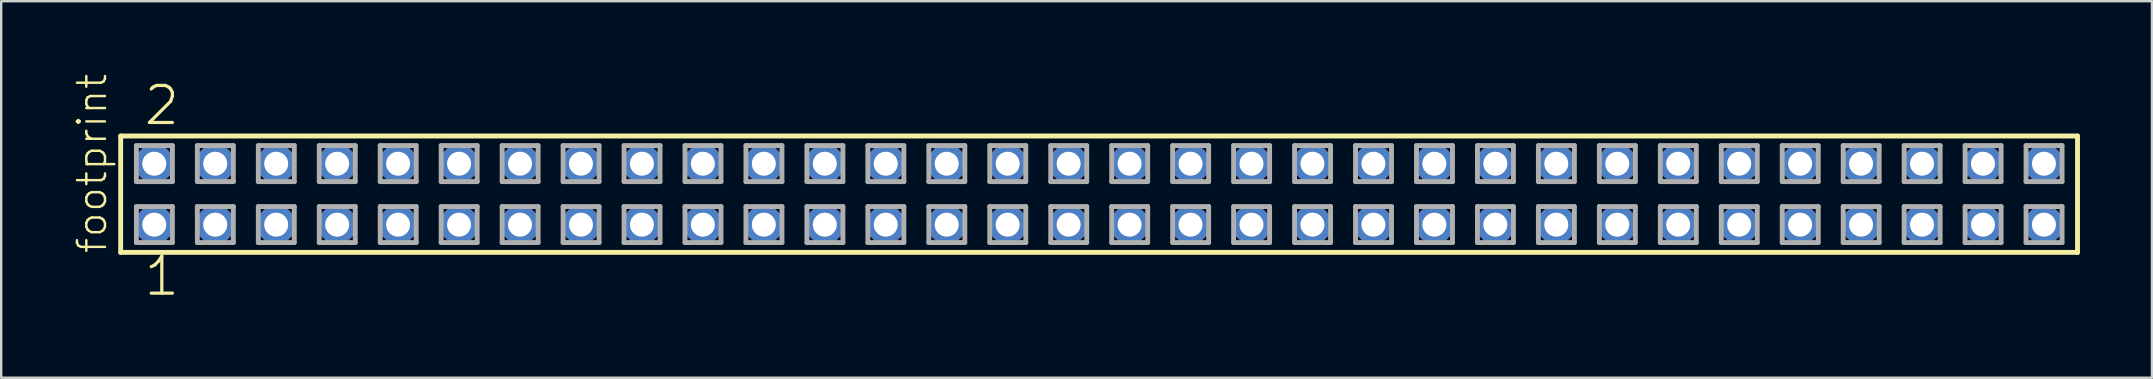
<source format=kicad_pcb>
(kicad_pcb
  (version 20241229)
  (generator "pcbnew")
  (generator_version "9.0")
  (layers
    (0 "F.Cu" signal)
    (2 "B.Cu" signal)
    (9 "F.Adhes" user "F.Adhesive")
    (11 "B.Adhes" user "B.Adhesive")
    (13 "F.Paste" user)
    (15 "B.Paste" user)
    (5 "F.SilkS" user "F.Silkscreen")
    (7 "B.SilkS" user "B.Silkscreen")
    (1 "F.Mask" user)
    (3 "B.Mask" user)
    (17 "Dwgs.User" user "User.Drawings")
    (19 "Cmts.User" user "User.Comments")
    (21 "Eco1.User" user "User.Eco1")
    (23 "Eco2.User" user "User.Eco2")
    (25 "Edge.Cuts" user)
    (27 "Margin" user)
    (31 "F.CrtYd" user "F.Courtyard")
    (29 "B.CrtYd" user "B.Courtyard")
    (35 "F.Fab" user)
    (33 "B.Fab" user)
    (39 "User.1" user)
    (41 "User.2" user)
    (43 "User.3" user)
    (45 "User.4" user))
  (footprint "footprint"
    (layer "F.Cu")
    (at 42.748 5.042)
    (property "Reference" "footprint" (at -41.275 2.54 90) (layer "F.SilkS") (effects (font (size 1.168 1.168) (thickness 0.102)) (justify left bottom)))
    (fp_line (start -40.769 -2.425) (end 40.769 -2.425) (stroke (width 0.203) (type solid)) (layer "F.SilkS"))
    (fp_line (start -40.769 2.425) (end -40.769 -2.425) (stroke (width 0.203) (type solid)) (layer "F.SilkS"))
    (fp_line (start 40.769 -2.425) (end 40.769 2.425) (stroke (width 0.203) (type solid)) (layer "F.SilkS"))
    (fp_line (start 40.769 2.425) (end -40.769 2.425) (stroke (width 0.203) (type solid)) (layer "F.SilkS"))
    (fp_line (start -40.115 -2.025) (end -38.615 -2.025) (stroke (width 0.203) (type solid)) (layer "F.Fab"))
    (fp_line (start -40.115 -0.525) (end -40.115 -2.025) (stroke (width 0.203) (type solid)) (layer "F.Fab"))
    (fp_line (start -40.115 0.515) (end -38.615 0.515) (stroke (width 0.203) (type solid)) (layer "F.Fab"))
    (fp_line (start -40.115 2.015) (end -40.115 0.515) (stroke (width 0.203) (type solid)) (layer "F.Fab"))
    (fp_line (start -38.615 -2.025) (end -38.615 -0.525) (stroke (width 0.203) (type solid)) (layer "F.Fab"))
    (fp_line (start -38.615 -0.525) (end -40.115 -0.525) (stroke (width 0.203) (type solid)) (layer "F.Fab"))
    (fp_line (start -38.615 0.515) (end -38.615 2.015) (stroke (width 0.203) (type solid)) (layer "F.Fab"))
    (fp_line (start -38.615 2.015) (end -40.115 2.015) (stroke (width 0.203) (type solid)) (layer "F.Fab"))
    (fp_line (start -37.575 -2.025) (end -36.075 -2.025) (stroke (width 0.203) (type solid)) (layer "F.Fab"))
    (fp_line (start -37.575 -0.525) (end -37.575 -2.025) (stroke (width 0.203) (type solid)) (layer "F.Fab"))
    (fp_line (start -37.575 0.515) (end -36.075 0.515) (stroke (width 0.203) (type solid)) (layer "F.Fab"))
    (fp_line (start -37.575 2.015) (end -37.575 0.515) (stroke (width 0.203) (type solid)) (layer "F.Fab"))
    (fp_line (start -36.075 -2.025) (end -36.075 -0.525) (stroke (width 0.203) (type solid)) (layer "F.Fab"))
    (fp_line (start -36.075 -0.525) (end -37.575 -0.525) (stroke (width 0.203) (type solid)) (layer "F.Fab"))
    (fp_line (start -36.075 0.515) (end -36.075 2.015) (stroke (width 0.203) (type solid)) (layer "F.Fab"))
    (fp_line (start -36.075 2.015) (end -37.575 2.015) (stroke (width 0.203) (type solid)) (layer "F.Fab"))
    (fp_line (start -35.035 -2.025) (end -33.535 -2.025) (stroke (width 0.203) (type solid)) (layer "F.Fab"))
    (fp_line (start -35.035 -0.525) (end -35.035 -2.025) (stroke (width 0.203) (type solid)) (layer "F.Fab"))
    (fp_line (start -35.035 0.515) (end -33.535 0.515) (stroke (width 0.203) (type solid)) (layer "F.Fab"))
    (fp_line (start -35.035 2.015) (end -35.035 0.515) (stroke (width 0.203) (type solid)) (layer "F.Fab"))
    (fp_line (start -33.535 -2.025) (end -33.535 -0.525) (stroke (width 0.203) (type solid)) (layer "F.Fab"))
    (fp_line (start -33.535 -0.525) (end -35.035 -0.525) (stroke (width 0.203) (type solid)) (layer "F.Fab"))
    (fp_line (start -33.535 0.515) (end -33.535 2.015) (stroke (width 0.203) (type solid)) (layer "F.Fab"))
    (fp_line (start -33.535 2.015) (end -35.035 2.015) (stroke (width 0.203) (type solid)) (layer "F.Fab"))
    (fp_line (start -32.495 -2.025) (end -30.995 -2.025) (stroke (width 0.203) (type solid)) (layer "F.Fab"))
    (fp_line (start -32.495 -0.525) (end -32.495 -2.025) (stroke (width 0.203) (type solid)) (layer "F.Fab"))
    (fp_line (start -32.495 0.515) (end -30.995 0.515) (stroke (width 0.203) (type solid)) (layer "F.Fab"))
    (fp_line (start -32.495 2.015) (end -32.495 0.515) (stroke (width 0.203) (type solid)) (layer "F.Fab"))
    (fp_line (start -30.995 -2.025) (end -30.995 -0.525) (stroke (width 0.203) (type solid)) (layer "F.Fab"))
    (fp_line (start -30.995 -0.525) (end -32.495 -0.525) (stroke (width 0.203) (type solid)) (layer "F.Fab"))
    (fp_line (start -30.995 0.515) (end -30.995 2.015) (stroke (width 0.203) (type solid)) (layer "F.Fab"))
    (fp_line (start -30.995 2.015) (end -32.495 2.015) (stroke (width 0.203) (type solid)) (layer "F.Fab"))
    (fp_line (start -29.955 -2.025) (end -28.455 -2.025) (stroke (width 0.203) (type solid)) (layer "F.Fab"))
    (fp_line (start -29.955 -0.525) (end -29.955 -2.025) (stroke (width 0.203) (type solid)) (layer "F.Fab"))
    (fp_line (start -29.955 0.515) (end -28.455 0.515) (stroke (width 0.203) (type solid)) (layer "F.Fab"))
    (fp_line (start -29.955 2.015) (end -29.955 0.515) (stroke (width 0.203) (type solid)) (layer "F.Fab"))
    (fp_line (start -28.455 -2.025) (end -28.455 -0.525) (stroke (width 0.203) (type solid)) (layer "F.Fab"))
    (fp_line (start -28.455 -0.525) (end -29.955 -0.525) (stroke (width 0.203) (type solid)) (layer "F.Fab"))
    (fp_line (start -28.455 0.515) (end -28.455 2.015) (stroke (width 0.203) (type solid)) (layer "F.Fab"))
    (fp_line (start -28.455 2.015) (end -29.955 2.015) (stroke (width 0.203) (type solid)) (layer "F.Fab"))
    (fp_line (start -27.415 -2.025) (end -25.915 -2.025) (stroke (width 0.203) (type solid)) (layer "F.Fab"))
    (fp_line (start -27.415 -0.525) (end -27.415 -2.025) (stroke (width 0.203) (type solid)) (layer "F.Fab"))
    (fp_line (start -27.415 0.515) (end -25.915 0.515) (stroke (width 0.203) (type solid)) (layer "F.Fab"))
    (fp_line (start -27.415 2.015) (end -27.415 0.515) (stroke (width 0.203) (type solid)) (layer "F.Fab"))
    (fp_line (start -25.915 -2.025) (end -25.915 -0.525) (stroke (width 0.203) (type solid)) (layer "F.Fab"))
    (fp_line (start -25.915 -0.525) (end -27.415 -0.525) (stroke (width 0.203) (type solid)) (layer "F.Fab"))
    (fp_line (start -25.915 0.515) (end -25.915 2.015) (stroke (width 0.203) (type solid)) (layer "F.Fab"))
    (fp_line (start -25.915 2.015) (end -27.415 2.015) (stroke (width 0.203) (type solid)) (layer "F.Fab"))
    (fp_line (start -24.875 -2.025) (end -23.375 -2.025) (stroke (width 0.203) (type solid)) (layer "F.Fab"))
    (fp_line (start -24.875 -0.525) (end -24.875 -2.025) (stroke (width 0.203) (type solid)) (layer "F.Fab"))
    (fp_line (start -24.875 0.515) (end -23.375 0.515) (stroke (width 0.203) (type solid)) (layer "F.Fab"))
    (fp_line (start -24.875 2.015) (end -24.875 0.515) (stroke (width 0.203) (type solid)) (layer "F.Fab"))
    (fp_line (start -23.375 -2.025) (end -23.375 -0.525) (stroke (width 0.203) (type solid)) (layer "F.Fab"))
    (fp_line (start -23.375 -0.525) (end -24.875 -0.525) (stroke (width 0.203) (type solid)) (layer "F.Fab"))
    (fp_line (start -23.375 0.515) (end -23.375 2.015) (stroke (width 0.203) (type solid)) (layer "F.Fab"))
    (fp_line (start -23.375 2.015) (end -24.875 2.015) (stroke (width 0.203) (type solid)) (layer "F.Fab"))
    (fp_line (start -22.335 -2.025) (end -20.835 -2.025) (stroke (width 0.203) (type solid)) (layer "F.Fab"))
    (fp_line (start -22.335 -0.525) (end -22.335 -2.025) (stroke (width 0.203) (type solid)) (layer "F.Fab"))
    (fp_line (start -22.335 0.515) (end -20.835 0.515) (stroke (width 0.203) (type solid)) (layer "F.Fab"))
    (fp_line (start -22.335 2.015) (end -22.335 0.515) (stroke (width 0.203) (type solid)) (layer "F.Fab"))
    (fp_line (start -20.835 -2.025) (end -20.835 -0.525) (stroke (width 0.203) (type solid)) (layer "F.Fab"))
    (fp_line (start -20.835 -0.525) (end -22.335 -0.525) (stroke (width 0.203) (type solid)) (layer "F.Fab"))
    (fp_line (start -20.835 0.515) (end -20.835 2.015) (stroke (width 0.203) (type solid)) (layer "F.Fab"))
    (fp_line (start -20.835 2.015) (end -22.335 2.015) (stroke (width 0.203) (type solid)) (layer "F.Fab"))
    (fp_line (start -19.795 -2.025) (end -18.295 -2.025) (stroke (width 0.203) (type solid)) (layer "F.Fab"))
    (fp_line (start -19.795 -0.525) (end -19.795 -2.025) (stroke (width 0.203) (type solid)) (layer "F.Fab"))
    (fp_line (start -19.795 0.515) (end -18.295 0.515) (stroke (width 0.203) (type solid)) (layer "F.Fab"))
    (fp_line (start -19.795 2.015) (end -19.795 0.515) (stroke (width 0.203) (type solid)) (layer "F.Fab"))
    (fp_line (start -18.295 -2.025) (end -18.295 -0.525) (stroke (width 0.203) (type solid)) (layer "F.Fab"))
    (fp_line (start -18.295 -0.525) (end -19.795 -0.525) (stroke (width 0.203) (type solid)) (layer "F.Fab"))
    (fp_line (start -18.295 0.515) (end -18.295 2.015) (stroke (width 0.203) (type solid)) (layer "F.Fab"))
    (fp_line (start -18.295 2.015) (end -19.795 2.015) (stroke (width 0.203) (type solid)) (layer "F.Fab"))
    (fp_line (start -17.255 -2.025) (end -15.755 -2.025) (stroke (width 0.203) (type solid)) (layer "F.Fab"))
    (fp_line (start -17.255 -0.525) (end -17.255 -2.025) (stroke (width 0.203) (type solid)) (layer "F.Fab"))
    (fp_line (start -17.255 0.515) (end -15.755 0.515) (stroke (width 0.203) (type solid)) (layer "F.Fab"))
    (fp_line (start -17.255 2.015) (end -17.255 0.515) (stroke (width 0.203) (type solid)) (layer "F.Fab"))
    (fp_line (start -15.755 -2.025) (end -15.755 -0.525) (stroke (width 0.203) (type solid)) (layer "F.Fab"))
    (fp_line (start -15.755 -0.525) (end -17.255 -0.525) (stroke (width 0.203) (type solid)) (layer "F.Fab"))
    (fp_line (start -15.755 0.515) (end -15.755 2.015) (stroke (width 0.203) (type solid)) (layer "F.Fab"))
    (fp_line (start -15.755 2.015) (end -17.255 2.015) (stroke (width 0.203) (type solid)) (layer "F.Fab"))
    (fp_line (start -14.715 -2.025) (end -13.215 -2.025) (stroke (width 0.203) (type solid)) (layer "F.Fab"))
    (fp_line (start -14.715 -0.525) (end -14.715 -2.025) (stroke (width 0.203) (type solid)) (layer "F.Fab"))
    (fp_line (start -14.715 0.515) (end -13.215 0.515) (stroke (width 0.203) (type solid)) (layer "F.Fab"))
    (fp_line (start -14.715 2.015) (end -14.715 0.515) (stroke (width 0.203) (type solid)) (layer "F.Fab"))
    (fp_line (start -13.215 -2.025) (end -13.215 -0.525) (stroke (width 0.203) (type solid)) (layer "F.Fab"))
    (fp_line (start -13.215 -0.525) (end -14.715 -0.525) (stroke (width 0.203) (type solid)) (layer "F.Fab"))
    (fp_line (start -13.215 0.515) (end -13.215 2.015) (stroke (width 0.203) (type solid)) (layer "F.Fab"))
    (fp_line (start -13.215 2.015) (end -14.715 2.015) (stroke (width 0.203) (type solid)) (layer "F.Fab"))
    (fp_line (start -12.175 -2.025) (end -10.675 -2.025) (stroke (width 0.203) (type solid)) (layer "F.Fab"))
    (fp_line (start -12.175 -0.525) (end -12.175 -2.025) (stroke (width 0.203) (type solid)) (layer "F.Fab"))
    (fp_line (start -12.175 0.515) (end -10.675 0.515) (stroke (width 0.203) (type solid)) (layer "F.Fab"))
    (fp_line (start -12.175 2.015) (end -12.175 0.515) (stroke (width 0.203) (type solid)) (layer "F.Fab"))
    (fp_line (start -10.675 -2.025) (end -10.675 -0.525) (stroke (width 0.203) (type solid)) (layer "F.Fab"))
    (fp_line (start -10.675 -0.525) (end -12.175 -0.525) (stroke (width 0.203) (type solid)) (layer "F.Fab"))
    (fp_line (start -10.675 0.515) (end -10.675 2.015) (stroke (width 0.203) (type solid)) (layer "F.Fab"))
    (fp_line (start -10.675 2.015) (end -12.175 2.015) (stroke (width 0.203) (type solid)) (layer "F.Fab"))
    (fp_line (start -9.635 -2.025) (end -8.135 -2.025) (stroke (width 0.203) (type solid)) (layer "F.Fab"))
    (fp_line (start -9.635 -0.525) (end -9.635 -2.025) (stroke (width 0.203) (type solid)) (layer "F.Fab"))
    (fp_line (start -9.635 0.515) (end -8.135 0.515) (stroke (width 0.203) (type solid)) (layer "F.Fab"))
    (fp_line (start -9.635 2.015) (end -9.635 0.515) (stroke (width 0.203) (type solid)) (layer "F.Fab"))
    (fp_line (start -8.135 -2.025) (end -8.135 -0.525) (stroke (width 0.203) (type solid)) (layer "F.Fab"))
    (fp_line (start -8.135 -0.525) (end -9.635 -0.525) (stroke (width 0.203) (type solid)) (layer "F.Fab"))
    (fp_line (start -8.135 0.515) (end -8.135 2.015) (stroke (width 0.203) (type solid)) (layer "F.Fab"))
    (fp_line (start -8.135 2.015) (end -9.635 2.015) (stroke (width 0.203) (type solid)) (layer "F.Fab"))
    (fp_line (start -7.095 -2.025) (end -5.595 -2.025) (stroke (width 0.203) (type solid)) (layer "F.Fab"))
    (fp_line (start -7.095 -0.525) (end -7.095 -2.025) (stroke (width 0.203) (type solid)) (layer "F.Fab"))
    (fp_line (start -7.095 0.515) (end -5.595 0.515) (stroke (width 0.203) (type solid)) (layer "F.Fab"))
    (fp_line (start -7.095 2.015) (end -7.095 0.515) (stroke (width 0.203) (type solid)) (layer "F.Fab"))
    (fp_line (start -5.595 -2.025) (end -5.595 -0.525) (stroke (width 0.203) (type solid)) (layer "F.Fab"))
    (fp_line (start -5.595 -0.525) (end -7.095 -0.525) (stroke (width 0.203) (type solid)) (layer "F.Fab"))
    (fp_line (start -5.595 0.515) (end -5.595 2.015) (stroke (width 0.203) (type solid)) (layer "F.Fab"))
    (fp_line (start -5.595 2.015) (end -7.095 2.015) (stroke (width 0.203) (type solid)) (layer "F.Fab"))
    (fp_line (start -4.555 -2.025) (end -3.055 -2.025) (stroke (width 0.203) (type solid)) (layer "F.Fab"))
    (fp_line (start -4.555 -0.525) (end -4.555 -2.025) (stroke (width 0.203) (type solid)) (layer "F.Fab"))
    (fp_line (start -4.555 0.515) (end -3.055 0.515) (stroke (width 0.203) (type solid)) (layer "F.Fab"))
    (fp_line (start -4.555 2.015) (end -4.555 0.515) (stroke (width 0.203) (type solid)) (layer "F.Fab"))
    (fp_line (start -3.055 -2.025) (end -3.055 -0.525) (stroke (width 0.203) (type solid)) (layer "F.Fab"))
    (fp_line (start -3.055 -0.525) (end -4.555 -0.525) (stroke (width 0.203) (type solid)) (layer "F.Fab"))
    (fp_line (start -3.055 0.515) (end -3.055 2.015) (stroke (width 0.203) (type solid)) (layer "F.Fab"))
    (fp_line (start -3.055 2.015) (end -4.555 2.015) (stroke (width 0.203) (type solid)) (layer "F.Fab"))
    (fp_line (start -2.015 -2.025) (end -0.515 -2.025) (stroke (width 0.203) (type solid)) (layer "F.Fab"))
    (fp_line (start -2.015 -0.525) (end -2.015 -2.025) (stroke (width 0.203) (type solid)) (layer "F.Fab"))
    (fp_line (start -2.015 0.515) (end -0.515 0.515) (stroke (width 0.203) (type solid)) (layer "F.Fab"))
    (fp_line (start -2.015 2.015) (end -2.015 0.515) (stroke (width 0.203) (type solid)) (layer "F.Fab"))
    (fp_line (start -0.515 -2.025) (end -0.515 -0.525) (stroke (width 0.203) (type solid)) (layer "F.Fab"))
    (fp_line (start -0.515 -0.525) (end -2.015 -0.525) (stroke (width 0.203) (type solid)) (layer "F.Fab"))
    (fp_line (start -0.515 0.515) (end -0.515 2.015) (stroke (width 0.203) (type solid)) (layer "F.Fab"))
    (fp_line (start -0.515 2.015) (end -2.015 2.015) (stroke (width 0.203) (type solid)) (layer "F.Fab"))
    (fp_line (start 0.525 -2.025) (end 2.025 -2.025) (stroke (width 0.203) (type solid)) (layer "F.Fab"))
    (fp_line (start 0.525 -0.525) (end 0.525 -2.025) (stroke (width 0.203) (type solid)) (layer "F.Fab"))
    (fp_line (start 0.525 0.515) (end 2.025 0.515) (stroke (width 0.203) (type solid)) (layer "F.Fab"))
    (fp_line (start 0.525 2.015) (end 0.525 0.515) (stroke (width 0.203) (type solid)) (layer "F.Fab"))
    (fp_line (start 2.025 -2.025) (end 2.025 -0.525) (stroke (width 0.203) (type solid)) (layer "F.Fab"))
    (fp_line (start 2.025 -0.525) (end 0.525 -0.525) (stroke (width 0.203) (type solid)) (layer "F.Fab"))
    (fp_line (start 2.025 0.515) (end 2.025 2.015) (stroke (width 0.203) (type solid)) (layer "F.Fab"))
    (fp_line (start 2.025 2.015) (end 0.525 2.015) (stroke (width 0.203) (type solid)) (layer "F.Fab"))
    (fp_line (start 3.065 -2.025) (end 4.565 -2.025) (stroke (width 0.203) (type solid)) (layer "F.Fab"))
    (fp_line (start 3.065 -0.525) (end 3.065 -2.025) (stroke (width 0.203) (type solid)) (layer "F.Fab"))
    (fp_line (start 3.065 0.515) (end 4.565 0.515) (stroke (width 0.203) (type solid)) (layer "F.Fab"))
    (fp_line (start 3.065 2.015) (end 3.065 0.515) (stroke (width 0.203) (type solid)) (layer "F.Fab"))
    (fp_line (start 4.565 -2.025) (end 4.565 -0.525) (stroke (width 0.203) (type solid)) (layer "F.Fab"))
    (fp_line (start 4.565 -0.525) (end 3.065 -0.525) (stroke (width 0.203) (type solid)) (layer "F.Fab"))
    (fp_line (start 4.565 0.515) (end 4.565 2.015) (stroke (width 0.203) (type solid)) (layer "F.Fab"))
    (fp_line (start 4.565 2.015) (end 3.065 2.015) (stroke (width 0.203) (type solid)) (layer "F.Fab"))
    (fp_line (start 5.605 -2.025) (end 7.105 -2.025) (stroke (width 0.203) (type solid)) (layer "F.Fab"))
    (fp_line (start 5.605 -0.525) (end 5.605 -2.025) (stroke (width 0.203) (type solid)) (layer "F.Fab"))
    (fp_line (start 5.605 0.515) (end 7.105 0.515) (stroke (width 0.203) (type solid)) (layer "F.Fab"))
    (fp_line (start 5.605 2.015) (end 5.605 0.515) (stroke (width 0.203) (type solid)) (layer "F.Fab"))
    (fp_line (start 7.105 -2.025) (end 7.105 -0.525) (stroke (width 0.203) (type solid)) (layer "F.Fab"))
    (fp_line (start 7.105 -0.525) (end 5.605 -0.525) (stroke (width 0.203) (type solid)) (layer "F.Fab"))
    (fp_line (start 7.105 0.515) (end 7.105 2.015) (stroke (width 0.203) (type solid)) (layer "F.Fab"))
    (fp_line (start 7.105 2.015) (end 5.605 2.015) (stroke (width 0.203) (type solid)) (layer "F.Fab"))
    (fp_line (start 8.145 -2.025) (end 9.645 -2.025) (stroke (width 0.203) (type solid)) (layer "F.Fab"))
    (fp_line (start 8.145 -0.525) (end 8.145 -2.025) (stroke (width 0.203) (type solid)) (layer "F.Fab"))
    (fp_line (start 8.145 0.515) (end 9.645 0.515) (stroke (width 0.203) (type solid)) (layer "F.Fab"))
    (fp_line (start 8.145 2.015) (end 8.145 0.515) (stroke (width 0.203) (type solid)) (layer "F.Fab"))
    (fp_line (start 9.645 -2.025) (end 9.645 -0.525) (stroke (width 0.203) (type solid)) (layer "F.Fab"))
    (fp_line (start 9.645 -0.525) (end 8.145 -0.525) (stroke (width 0.203) (type solid)) (layer "F.Fab"))
    (fp_line (start 9.645 0.515) (end 9.645 2.015) (stroke (width 0.203) (type solid)) (layer "F.Fab"))
    (fp_line (start 9.645 2.015) (end 8.145 2.015) (stroke (width 0.203) (type solid)) (layer "F.Fab"))
    (fp_line (start 10.685 -2.025) (end 12.185 -2.025) (stroke (width 0.203) (type solid)) (layer "F.Fab"))
    (fp_line (start 10.685 -0.525) (end 10.685 -2.025) (stroke (width 0.203) (type solid)) (layer "F.Fab"))
    (fp_line (start 10.685 0.515) (end 12.185 0.515) (stroke (width 0.203) (type solid)) (layer "F.Fab"))
    (fp_line (start 10.685 2.015) (end 10.685 0.515) (stroke (width 0.203) (type solid)) (layer "F.Fab"))
    (fp_line (start 12.185 -2.025) (end 12.185 -0.525) (stroke (width 0.203) (type solid)) (layer "F.Fab"))
    (fp_line (start 12.185 -0.525) (end 10.685 -0.525) (stroke (width 0.203) (type solid)) (layer "F.Fab"))
    (fp_line (start 12.185 0.515) (end 12.185 2.015) (stroke (width 0.203) (type solid)) (layer "F.Fab"))
    (fp_line (start 12.185 2.015) (end 10.685 2.015) (stroke (width 0.203) (type solid)) (layer "F.Fab"))
    (fp_line (start 13.225 -2.025) (end 14.725 -2.025) (stroke (width 0.203) (type solid)) (layer "F.Fab"))
    (fp_line (start 13.225 -0.525) (end 13.225 -2.025) (stroke (width 0.203) (type solid)) (layer "F.Fab"))
    (fp_line (start 13.225 0.515) (end 14.725 0.515) (stroke (width 0.203) (type solid)) (layer "F.Fab"))
    (fp_line (start 13.225 2.015) (end 13.225 0.515) (stroke (width 0.203) (type solid)) (layer "F.Fab"))
    (fp_line (start 14.725 -2.025) (end 14.725 -0.525) (stroke (width 0.203) (type solid)) (layer "F.Fab"))
    (fp_line (start 14.725 -0.525) (end 13.225 -0.525) (stroke (width 0.203) (type solid)) (layer "F.Fab"))
    (fp_line (start 14.725 0.515) (end 14.725 2.015) (stroke (width 0.203) (type solid)) (layer "F.Fab"))
    (fp_line (start 14.725 2.015) (end 13.225 2.015) (stroke (width 0.203) (type solid)) (layer "F.Fab"))
    (fp_line (start 15.765 -2.025) (end 17.265 -2.025) (stroke (width 0.203) (type solid)) (layer "F.Fab"))
    (fp_line (start 15.765 -0.525) (end 15.765 -2.025) (stroke (width 0.203) (type solid)) (layer "F.Fab"))
    (fp_line (start 15.765 0.515) (end 17.265 0.515) (stroke (width 0.203) (type solid)) (layer "F.Fab"))
    (fp_line (start 15.765 2.015) (end 15.765 0.515) (stroke (width 0.203) (type solid)) (layer "F.Fab"))
    (fp_line (start 17.265 -2.025) (end 17.265 -0.525) (stroke (width 0.203) (type solid)) (layer "F.Fab"))
    (fp_line (start 17.265 -0.525) (end 15.765 -0.525) (stroke (width 0.203) (type solid)) (layer "F.Fab"))
    (fp_line (start 17.265 0.515) (end 17.265 2.015) (stroke (width 0.203) (type solid)) (layer "F.Fab"))
    (fp_line (start 17.265 2.015) (end 15.765 2.015) (stroke (width 0.203) (type solid)) (layer "F.Fab"))
    (fp_line (start 18.305 -2.025) (end 19.805 -2.025) (stroke (width 0.203) (type solid)) (layer "F.Fab"))
    (fp_line (start 18.305 -0.525) (end 18.305 -2.025) (stroke (width 0.203) (type solid)) (layer "F.Fab"))
    (fp_line (start 18.305 0.515) (end 19.805 0.515) (stroke (width 0.203) (type solid)) (layer "F.Fab"))
    (fp_line (start 18.305 2.015) (end 18.305 0.515) (stroke (width 0.203) (type solid)) (layer "F.Fab"))
    (fp_line (start 19.805 -2.025) (end 19.805 -0.525) (stroke (width 0.203) (type solid)) (layer "F.Fab"))
    (fp_line (start 19.805 -0.525) (end 18.305 -0.525) (stroke (width 0.203) (type solid)) (layer "F.Fab"))
    (fp_line (start 19.805 0.515) (end 19.805 2.015) (stroke (width 0.203) (type solid)) (layer "F.Fab"))
    (fp_line (start 19.805 2.015) (end 18.305 2.015) (stroke (width 0.203) (type solid)) (layer "F.Fab"))
    (fp_line (start 20.845 -2.025) (end 22.345 -2.025) (stroke (width 0.203) (type solid)) (layer "F.Fab"))
    (fp_line (start 20.845 -0.525) (end 20.845 -2.025) (stroke (width 0.203) (type solid)) (layer "F.Fab"))
    (fp_line (start 20.845 0.515) (end 22.345 0.515) (stroke (width 0.203) (type solid)) (layer "F.Fab"))
    (fp_line (start 20.845 2.015) (end 20.845 0.515) (stroke (width 0.203) (type solid)) (layer "F.Fab"))
    (fp_line (start 22.345 -2.025) (end 22.345 -0.525) (stroke (width 0.203) (type solid)) (layer "F.Fab"))
    (fp_line (start 22.345 -0.525) (end 20.845 -0.525) (stroke (width 0.203) (type solid)) (layer "F.Fab"))
    (fp_line (start 22.345 0.515) (end 22.345 2.015) (stroke (width 0.203) (type solid)) (layer "F.Fab"))
    (fp_line (start 22.345 2.015) (end 20.845 2.015) (stroke (width 0.203) (type solid)) (layer "F.Fab"))
    (fp_line (start 23.385 -2.025) (end 24.885 -2.025) (stroke (width 0.203) (type solid)) (layer "F.Fab"))
    (fp_line (start 23.385 -0.525) (end 23.385 -2.025) (stroke (width 0.203) (type solid)) (layer "F.Fab"))
    (fp_line (start 23.385 0.515) (end 24.885 0.515) (stroke (width 0.203) (type solid)) (layer "F.Fab"))
    (fp_line (start 23.385 2.015) (end 23.385 0.515) (stroke (width 0.203) (type solid)) (layer "F.Fab"))
    (fp_line (start 24.885 -2.025) (end 24.885 -0.525) (stroke (width 0.203) (type solid)) (layer "F.Fab"))
    (fp_line (start 24.885 -0.525) (end 23.385 -0.525) (stroke (width 0.203) (type solid)) (layer "F.Fab"))
    (fp_line (start 24.885 0.515) (end 24.885 2.015) (stroke (width 0.203) (type solid)) (layer "F.Fab"))
    (fp_line (start 24.885 2.015) (end 23.385 2.015) (stroke (width 0.203) (type solid)) (layer "F.Fab"))
    (fp_line (start 25.925 -2.025) (end 27.425 -2.025) (stroke (width 0.203) (type solid)) (layer "F.Fab"))
    (fp_line (start 25.925 -0.525) (end 25.925 -2.025) (stroke (width 0.203) (type solid)) (layer "F.Fab"))
    (fp_line (start 25.925 0.515) (end 27.425 0.515) (stroke (width 0.203) (type solid)) (layer "F.Fab"))
    (fp_line (start 25.925 2.015) (end 25.925 0.515) (stroke (width 0.203) (type solid)) (layer "F.Fab"))
    (fp_line (start 27.425 -2.025) (end 27.425 -0.525) (stroke (width 0.203) (type solid)) (layer "F.Fab"))
    (fp_line (start 27.425 -0.525) (end 25.925 -0.525) (stroke (width 0.203) (type solid)) (layer "F.Fab"))
    (fp_line (start 27.425 0.515) (end 27.425 2.015) (stroke (width 0.203) (type solid)) (layer "F.Fab"))
    (fp_line (start 27.425 2.015) (end 25.925 2.015) (stroke (width 0.203) (type solid)) (layer "F.Fab"))
    (fp_line (start 28.465 -2.025) (end 29.965 -2.025) (stroke (width 0.203) (type solid)) (layer "F.Fab"))
    (fp_line (start 28.465 -0.525) (end 28.465 -2.025) (stroke (width 0.203) (type solid)) (layer "F.Fab"))
    (fp_line (start 28.465 0.515) (end 29.965 0.515) (stroke (width 0.203) (type solid)) (layer "F.Fab"))
    (fp_line (start 28.465 2.015) (end 28.465 0.515) (stroke (width 0.203) (type solid)) (layer "F.Fab"))
    (fp_line (start 29.965 -2.025) (end 29.965 -0.525) (stroke (width 0.203) (type solid)) (layer "F.Fab"))
    (fp_line (start 29.965 -0.525) (end 28.465 -0.525) (stroke (width 0.203) (type solid)) (layer "F.Fab"))
    (fp_line (start 29.965 0.515) (end 29.965 2.015) (stroke (width 0.203) (type solid)) (layer "F.Fab"))
    (fp_line (start 29.965 2.015) (end 28.465 2.015) (stroke (width 0.203) (type solid)) (layer "F.Fab"))
    (fp_line (start 31.005 -2.025) (end 32.505 -2.025) (stroke (width 0.203) (type solid)) (layer "F.Fab"))
    (fp_line (start 31.005 -0.525) (end 31.005 -2.025) (stroke (width 0.203) (type solid)) (layer "F.Fab"))
    (fp_line (start 31.005 0.515) (end 32.505 0.515) (stroke (width 0.203) (type solid)) (layer "F.Fab"))
    (fp_line (start 31.005 2.015) (end 31.005 0.515) (stroke (width 0.203) (type solid)) (layer "F.Fab"))
    (fp_line (start 32.505 -2.025) (end 32.505 -0.525) (stroke (width 0.203) (type solid)) (layer "F.Fab"))
    (fp_line (start 32.505 -0.525) (end 31.005 -0.525) (stroke (width 0.203) (type solid)) (layer "F.Fab"))
    (fp_line (start 32.505 0.515) (end 32.505 2.015) (stroke (width 0.203) (type solid)) (layer "F.Fab"))
    (fp_line (start 32.505 2.015) (end 31.005 2.015) (stroke (width 0.203) (type solid)) (layer "F.Fab"))
    (fp_line (start 33.545 -2.025) (end 35.045 -2.025) (stroke (width 0.203) (type solid)) (layer "F.Fab"))
    (fp_line (start 33.545 -0.525) (end 33.545 -2.025) (stroke (width 0.203) (type solid)) (layer "F.Fab"))
    (fp_line (start 33.545 0.515) (end 35.045 0.515) (stroke (width 0.203) (type solid)) (layer "F.Fab"))
    (fp_line (start 33.545 2.015) (end 33.545 0.515) (stroke (width 0.203) (type solid)) (layer "F.Fab"))
    (fp_line (start 35.045 -2.025) (end 35.045 -0.525) (stroke (width 0.203) (type solid)) (layer "F.Fab"))
    (fp_line (start 35.045 -0.525) (end 33.545 -0.525) (stroke (width 0.203) (type solid)) (layer "F.Fab"))
    (fp_line (start 35.045 0.515) (end 35.045 2.015) (stroke (width 0.203) (type solid)) (layer "F.Fab"))
    (fp_line (start 35.045 2.015) (end 33.545 2.015) (stroke (width 0.203) (type solid)) (layer "F.Fab"))
    (fp_line (start 36.085 -2.025) (end 37.585 -2.025) (stroke (width 0.203) (type solid)) (layer "F.Fab"))
    (fp_line (start 36.085 -0.525) (end 36.085 -2.025) (stroke (width 0.203) (type solid)) (layer "F.Fab"))
    (fp_line (start 36.085 0.515) (end 37.585 0.515) (stroke (width 0.203) (type solid)) (layer "F.Fab"))
    (fp_line (start 36.085 2.015) (end 36.085 0.515) (stroke (width 0.203) (type solid)) (layer "F.Fab"))
    (fp_line (start 37.585 -2.025) (end 37.585 -0.525) (stroke (width 0.203) (type solid)) (layer "F.Fab"))
    (fp_line (start 37.585 -0.525) (end 36.085 -0.525) (stroke (width 0.203) (type solid)) (layer "F.Fab"))
    (fp_line (start 37.585 0.515) (end 37.585 2.015) (stroke (width 0.203) (type solid)) (layer "F.Fab"))
    (fp_line (start 37.585 2.015) (end 36.085 2.015) (stroke (width 0.203) (type solid)) (layer "F.Fab"))
    (fp_line (start 38.625 -2.025) (end 40.125 -2.025) (stroke (width 0.203) (type solid)) (layer "F.Fab"))
    (fp_line (start 38.625 -0.525) (end 38.625 -2.025) (stroke (width 0.203) (type solid)) (layer "F.Fab"))
    (fp_line (start 38.625 0.515) (end 40.125 0.515) (stroke (width 0.203) (type solid)) (layer "F.Fab"))
    (fp_line (start 38.625 2.015) (end 38.625 0.515) (stroke (width 0.203) (type solid)) (layer "F.Fab"))
    (fp_line (start 40.125 -2.025) (end 40.125 -0.525) (stroke (width 0.203) (type solid)) (layer "F.Fab"))
    (fp_line (start 40.125 -0.525) (end 38.625 -0.525) (stroke (width 0.203) (type solid)) (layer "F.Fab"))
    (fp_line (start 40.125 0.515) (end 40.125 2.015) (stroke (width 0.203) (type solid)) (layer "F.Fab"))
    (fp_line (start 40.125 2.015) (end 38.625 2.015) (stroke (width 0.203) (type solid)) (layer "F.Fab"))
    (fp_text user "1" (at -39.878 4.318 0) (layer "F.SilkS") (effects (font (size 1.542 1.542) (thickness 0.134)) (justify left bottom)))
    (fp_text user "2" (at -39.878 -2.794 0) (layer "F.SilkS") (effects (font (size 1.542 1.542) (thickness 0.134)) (justify left bottom)))
    (pad "1" thru_hole roundrect (at -39.37 1.27) (size 1.5 1.5) (drill 1) (layers "*.Cu" "*.Mask") (roundrect_rratio 0.25) (chamfer_ratio 0.25) (chamfer top_left top_right bottom_left bottom_right))
    (pad "2" thru_hole roundrect (at -39.37 -1.27) (size 1.5 1.5) (drill 1) (layers "*.Cu" "*.Mask") (roundrect_rratio 0.25) (chamfer_ratio 0.25) (chamfer top_left top_right bottom_left bottom_right))
    (pad "3" thru_hole roundrect (at -36.83 1.27) (size 1.5 1.5) (drill 1) (layers "*.Cu" "*.Mask") (roundrect_rratio 0.25) (chamfer_ratio 0.25) (chamfer top_left top_right bottom_left bottom_right))
    (pad "4" thru_hole roundrect (at -36.83 -1.27) (size 1.5 1.5) (drill 1) (layers "*.Cu" "*.Mask") (roundrect_rratio 0.25) (chamfer_ratio 0.25) (chamfer top_left top_right bottom_left bottom_right))
    (pad "5" thru_hole roundrect (at -34.29 1.27) (size 1.5 1.5) (drill 1) (layers "*.Cu" "*.Mask") (roundrect_rratio 0.25) (chamfer_ratio 0.25) (chamfer top_left top_right bottom_left bottom_right))
    (pad "6" thru_hole roundrect (at -34.29 -1.27) (size 1.5 1.5) (drill 1) (layers "*.Cu" "*.Mask") (roundrect_rratio 0.25) (chamfer_ratio 0.25) (chamfer top_left top_right bottom_left bottom_right))
    (pad "7" thru_hole roundrect (at -31.75 1.27) (size 1.5 1.5) (drill 1) (layers "*.Cu" "*.Mask") (roundrect_rratio 0.25) (chamfer_ratio 0.25) (chamfer top_left top_right bottom_left bottom_right))
    (pad "8" thru_hole roundrect (at -31.75 -1.27) (size 1.5 1.5) (drill 1) (layers "*.Cu" "*.Mask") (roundrect_rratio 0.25) (chamfer_ratio 0.25) (chamfer top_left top_right bottom_left bottom_right))
    (pad "9" thru_hole roundrect (at -29.21 1.27) (size 1.5 1.5) (drill 1) (layers "*.Cu" "*.Mask") (roundrect_rratio 0.25) (chamfer_ratio 0.25) (chamfer top_left top_right bottom_left bottom_right))
    (pad "10" thru_hole roundrect (at -29.21 -1.27) (size 1.5 1.5) (drill 1) (layers "*.Cu" "*.Mask") (roundrect_rratio 0.25) (chamfer_ratio 0.25) (chamfer top_left top_right bottom_left bottom_right))
    (pad "11" thru_hole roundrect (at -26.67 1.27) (size 1.5 1.5) (drill 1) (layers "*.Cu" "*.Mask") (roundrect_rratio 0.25) (chamfer_ratio 0.25) (chamfer top_left top_right bottom_left bottom_right))
    (pad "12" thru_hole roundrect (at -26.67 -1.27) (size 1.5 1.5) (drill 1) (layers "*.Cu" "*.Mask") (roundrect_rratio 0.25) (chamfer_ratio 0.25) (chamfer top_left top_right bottom_left bottom_right))
    (pad "13" thru_hole roundrect (at -24.13 1.27) (size 1.5 1.5) (drill 1) (layers "*.Cu" "*.Mask") (roundrect_rratio 0.25) (chamfer_ratio 0.25) (chamfer top_left top_right bottom_left bottom_right))
    (pad "14" thru_hole roundrect (at -24.13 -1.27) (size 1.5 1.5) (drill 1) (layers "*.Cu" "*.Mask") (roundrect_rratio 0.25) (chamfer_ratio 0.25) (chamfer top_left top_right bottom_left bottom_right))
    (pad "15" thru_hole roundrect (at -21.59 1.27) (size 1.5 1.5) (drill 1) (layers "*.Cu" "*.Mask") (roundrect_rratio 0.25) (chamfer_ratio 0.25) (chamfer top_left top_right bottom_left bottom_right))
    (pad "16" thru_hole roundrect (at -21.59 -1.27) (size 1.5 1.5) (drill 1) (layers "*.Cu" "*.Mask") (roundrect_rratio 0.25) (chamfer_ratio 0.25) (chamfer top_left top_right bottom_left bottom_right))
    (pad "17" thru_hole roundrect (at -19.05 1.27) (size 1.5 1.5) (drill 1) (layers "*.Cu" "*.Mask") (roundrect_rratio 0.25) (chamfer_ratio 0.25) (chamfer top_left top_right bottom_left bottom_right))
    (pad "18" thru_hole roundrect (at -19.05 -1.27) (size 1.5 1.5) (drill 1) (layers "*.Cu" "*.Mask") (roundrect_rratio 0.25) (chamfer_ratio 0.25) (chamfer top_left top_right bottom_left bottom_right))
    (pad "19" thru_hole roundrect (at -16.51 1.27) (size 1.5 1.5) (drill 1) (layers "*.Cu" "*.Mask") (roundrect_rratio 0.25) (chamfer_ratio 0.25) (chamfer top_left top_right bottom_left bottom_right))
    (pad "20" thru_hole roundrect (at -16.51 -1.27) (size 1.5 1.5) (drill 1) (layers "*.Cu" "*.Mask") (roundrect_rratio 0.25) (chamfer_ratio 0.25) (chamfer top_left top_right bottom_left bottom_right))
    (pad "21" thru_hole roundrect (at -13.97 1.27) (size 1.5 1.5) (drill 1) (layers "*.Cu" "*.Mask") (roundrect_rratio 0.25) (chamfer_ratio 0.25) (chamfer top_left top_right bottom_left bottom_right))
    (pad "22" thru_hole roundrect (at -13.97 -1.27) (size 1.5 1.5) (drill 1) (layers "*.Cu" "*.Mask") (roundrect_rratio 0.25) (chamfer_ratio 0.25) (chamfer top_left top_right bottom_left bottom_right))
    (pad "23" thru_hole roundrect (at -11.43 1.27) (size 1.5 1.5) (drill 1) (layers "*.Cu" "*.Mask") (roundrect_rratio 0.25) (chamfer_ratio 0.25) (chamfer top_left top_right bottom_left bottom_right))
    (pad "24" thru_hole roundrect (at -11.43 -1.27) (size 1.5 1.5) (drill 1) (layers "*.Cu" "*.Mask") (roundrect_rratio 0.25) (chamfer_ratio 0.25) (chamfer top_left top_right bottom_left bottom_right))
    (pad "25" thru_hole roundrect (at -8.89 1.27) (size 1.5 1.5) (drill 1) (layers "*.Cu" "*.Mask") (roundrect_rratio 0.25) (chamfer_ratio 0.25) (chamfer top_left top_right bottom_left bottom_right))
    (pad "26" thru_hole roundrect (at -8.89 -1.27) (size 1.5 1.5) (drill 1) (layers "*.Cu" "*.Mask") (roundrect_rratio 0.25) (chamfer_ratio 0.25) (chamfer top_left top_right bottom_left bottom_right))
    (pad "27" thru_hole roundrect (at -6.35 1.27) (size 1.5 1.5) (drill 1) (layers "*.Cu" "*.Mask") (roundrect_rratio 0.25) (chamfer_ratio 0.25) (chamfer top_left top_right bottom_left bottom_right))
    (pad "28" thru_hole roundrect (at -6.35 -1.27) (size 1.5 1.5) (drill 1) (layers "*.Cu" "*.Mask") (roundrect_rratio 0.25) (chamfer_ratio 0.25) (chamfer top_left top_right bottom_left bottom_right))
    (pad "29" thru_hole roundrect (at -3.81 1.27) (size 1.5 1.5) (drill 1) (layers "*.Cu" "*.Mask") (roundrect_rratio 0.25) (chamfer_ratio 0.25) (chamfer top_left top_right bottom_left bottom_right))
    (pad "30" thru_hole roundrect (at -3.81 -1.27) (size 1.5 1.5) (drill 1) (layers "*.Cu" "*.Mask") (roundrect_rratio 0.25) (chamfer_ratio 0.25) (chamfer top_left top_right bottom_left bottom_right))
    (pad "31" thru_hole roundrect (at -1.27 1.27) (size 1.5 1.5) (drill 1) (layers "*.Cu" "*.Mask") (roundrect_rratio 0.25) (chamfer_ratio 0.25) (chamfer top_left top_right bottom_left bottom_right))
    (pad "32" thru_hole roundrect (at -1.27 -1.27) (size 1.5 1.5) (drill 1) (layers "*.Cu" "*.Mask") (roundrect_rratio 0.25) (chamfer_ratio 0.25) (chamfer top_left top_right bottom_left bottom_right))
    (pad "33" thru_hole roundrect (at 1.27 1.27) (size 1.5 1.5) (drill 1) (layers "*.Cu" "*.Mask") (roundrect_rratio 0.25) (chamfer_ratio 0.25) (chamfer top_left top_right bottom_left bottom_right))
    (pad "34" thru_hole roundrect (at 1.27 -1.27) (size 1.5 1.5) (drill 1) (layers "*.Cu" "*.Mask") (roundrect_rratio 0.25) (chamfer_ratio 0.25) (chamfer top_left top_right bottom_left bottom_right))
    (pad "35" thru_hole roundrect (at 3.81 1.27) (size 1.5 1.5) (drill 1) (layers "*.Cu" "*.Mask") (roundrect_rratio 0.25) (chamfer_ratio 0.25) (chamfer top_left top_right bottom_left bottom_right))
    (pad "36" thru_hole roundrect (at 3.81 -1.27) (size 1.5 1.5) (drill 1) (layers "*.Cu" "*.Mask") (roundrect_rratio 0.25) (chamfer_ratio 0.25) (chamfer top_left top_right bottom_left bottom_right))
    (pad "37" thru_hole roundrect (at 6.35 1.27) (size 1.5 1.5) (drill 1) (layers "*.Cu" "*.Mask") (roundrect_rratio 0.25) (chamfer_ratio 0.25) (chamfer top_left top_right bottom_left bottom_right))
    (pad "38" thru_hole roundrect (at 6.35 -1.27) (size 1.5 1.5) (drill 1) (layers "*.Cu" "*.Mask") (roundrect_rratio 0.25) (chamfer_ratio 0.25) (chamfer top_left top_right bottom_left bottom_right))
    (pad "39" thru_hole roundrect (at 8.89 1.27) (size 1.5 1.5) (drill 1) (layers "*.Cu" "*.Mask") (roundrect_rratio 0.25) (chamfer_ratio 0.25) (chamfer top_left top_right bottom_left bottom_right))
    (pad "40" thru_hole roundrect (at 8.89 -1.27) (size 1.5 1.5) (drill 1) (layers "*.Cu" "*.Mask") (roundrect_rratio 0.25) (chamfer_ratio 0.25) (chamfer top_left top_right bottom_left bottom_right))
    (pad "41" thru_hole roundrect (at 11.43 1.27) (size 1.5 1.5) (drill 1) (layers "*.Cu" "*.Mask") (roundrect_rratio 0.25) (chamfer_ratio 0.25) (chamfer top_left top_right bottom_left bottom_right))
    (pad "42" thru_hole roundrect (at 11.43 -1.27) (size 1.5 1.5) (drill 1) (layers "*.Cu" "*.Mask") (roundrect_rratio 0.25) (chamfer_ratio 0.25) (chamfer top_left top_right bottom_left bottom_right))
    (pad "43" thru_hole roundrect (at 13.97 1.27) (size 1.5 1.5) (drill 1) (layers "*.Cu" "*.Mask") (roundrect_rratio 0.25) (chamfer_ratio 0.25) (chamfer top_left top_right bottom_left bottom_right))
    (pad "44" thru_hole roundrect (at 13.97 -1.27) (size 1.5 1.5) (drill 1) (layers "*.Cu" "*.Mask") (roundrect_rratio 0.25) (chamfer_ratio 0.25) (chamfer top_left top_right bottom_left bottom_right))
    (pad "45" thru_hole roundrect (at 16.51 1.27) (size 1.5 1.5) (drill 1) (layers "*.Cu" "*.Mask") (roundrect_rratio 0.25) (chamfer_ratio 0.25) (chamfer top_left top_right bottom_left bottom_right))
    (pad "46" thru_hole roundrect (at 16.51 -1.27) (size 1.5 1.5) (drill 1) (layers "*.Cu" "*.Mask") (roundrect_rratio 0.25) (chamfer_ratio 0.25) (chamfer top_left top_right bottom_left bottom_right))
    (pad "47" thru_hole roundrect (at 19.05 1.27) (size 1.5 1.5) (drill 1) (layers "*.Cu" "*.Mask") (roundrect_rratio 0.25) (chamfer_ratio 0.25) (chamfer top_left top_right bottom_left bottom_right))
    (pad "48" thru_hole roundrect (at 19.05 -1.27) (size 1.5 1.5) (drill 1) (layers "*.Cu" "*.Mask") (roundrect_rratio 0.25) (chamfer_ratio 0.25) (chamfer top_left top_right bottom_left bottom_right))
    (pad "49" thru_hole roundrect (at 21.59 1.27) (size 1.5 1.5) (drill 1) (layers "*.Cu" "*.Mask") (roundrect_rratio 0.25) (chamfer_ratio 0.25) (chamfer top_left top_right bottom_left bottom_right))
    (pad "50" thru_hole roundrect (at 21.59 -1.27) (size 1.5 1.5) (drill 1) (layers "*.Cu" "*.Mask") (roundrect_rratio 0.25) (chamfer_ratio 0.25) (chamfer top_left top_right bottom_left bottom_right))
    (pad "51" thru_hole roundrect (at 24.13 1.27) (size 1.5 1.5) (drill 1) (layers "*.Cu" "*.Mask") (roundrect_rratio 0.25) (chamfer_ratio 0.25) (chamfer top_left top_right bottom_left bottom_right))
    (pad "52" thru_hole roundrect (at 24.13 -1.27) (size 1.5 1.5) (drill 1) (layers "*.Cu" "*.Mask") (roundrect_rratio 0.25) (chamfer_ratio 0.25) (chamfer top_left top_right bottom_left bottom_right))
    (pad "53" thru_hole roundrect (at 26.67 1.27) (size 1.5 1.5) (drill 1) (layers "*.Cu" "*.Mask") (roundrect_rratio 0.25) (chamfer_ratio 0.25) (chamfer top_left top_right bottom_left bottom_right))
    (pad "54" thru_hole roundrect (at 26.67 -1.27) (size 1.5 1.5) (drill 1) (layers "*.Cu" "*.Mask") (roundrect_rratio 0.25) (chamfer_ratio 0.25) (chamfer top_left top_right bottom_left bottom_right))
    (pad "55" thru_hole roundrect (at 29.21 1.27) (size 1.5 1.5) (drill 1) (layers "*.Cu" "*.Mask") (roundrect_rratio 0.25) (chamfer_ratio 0.25) (chamfer top_left top_right bottom_left bottom_right))
    (pad "56" thru_hole roundrect (at 29.21 -1.27) (size 1.5 1.5) (drill 1) (layers "*.Cu" "*.Mask") (roundrect_rratio 0.25) (chamfer_ratio 0.25) (chamfer top_left top_right bottom_left bottom_right))
    (pad "57" thru_hole roundrect (at 31.75 1.27) (size 1.5 1.5) (drill 1) (layers "*.Cu" "*.Mask") (roundrect_rratio 0.25) (chamfer_ratio 0.25) (chamfer top_left top_right bottom_left bottom_right))
    (pad "58" thru_hole roundrect (at 31.75 -1.27) (size 1.5 1.5) (drill 1) (layers "*.Cu" "*.Mask") (roundrect_rratio 0.25) (chamfer_ratio 0.25) (chamfer top_left top_right bottom_left bottom_right))
    (pad "59" thru_hole roundrect (at 34.29 1.27) (size 1.5 1.5) (drill 1) (layers "*.Cu" "*.Mask") (roundrect_rratio 0.25) (chamfer_ratio 0.25) (chamfer top_left top_right bottom_left bottom_right))
    (pad "60" thru_hole roundrect (at 34.29 -1.27) (size 1.5 1.5) (drill 1) (layers "*.Cu" "*.Mask") (roundrect_rratio 0.25) (chamfer_ratio 0.25) (chamfer top_left top_right bottom_left bottom_right))
    (pad "61" thru_hole roundrect (at 36.83 1.27) (size 1.5 1.5) (drill 1) (layers "*.Cu" "*.Mask") (roundrect_rratio 0.25) (chamfer_ratio 0.25) (chamfer top_left top_right bottom_left bottom_right))
    (pad "62" thru_hole roundrect (at 36.83 -1.27) (size 1.5 1.5) (drill 1) (layers "*.Cu" "*.Mask") (roundrect_rratio 0.25) (chamfer_ratio 0.25) (chamfer top_left top_right bottom_left bottom_right))
    (pad "63" thru_hole roundrect (at 39.37 1.27) (size 1.5 1.5) (drill 1) (layers "*.Cu" "*.Mask") (roundrect_rratio 0.25) (chamfer_ratio 0.25) (chamfer top_left top_right bottom_left bottom_right))
    (pad "64" thru_hole roundrect (at 39.37 -1.27) (size 1.5 1.5) (drill 1) (layers "*.Cu" "*.Mask") (roundrect_rratio 0.25) (chamfer_ratio 0.25) (chamfer top_left top_right bottom_left bottom_right)))
  (gr_rect
    (start -3 -3)
    (end 86.619 12.691)
    (stroke (width 0.1) (type default))
    (fill no)
    (layer "Edge.Cuts")))
</source>
